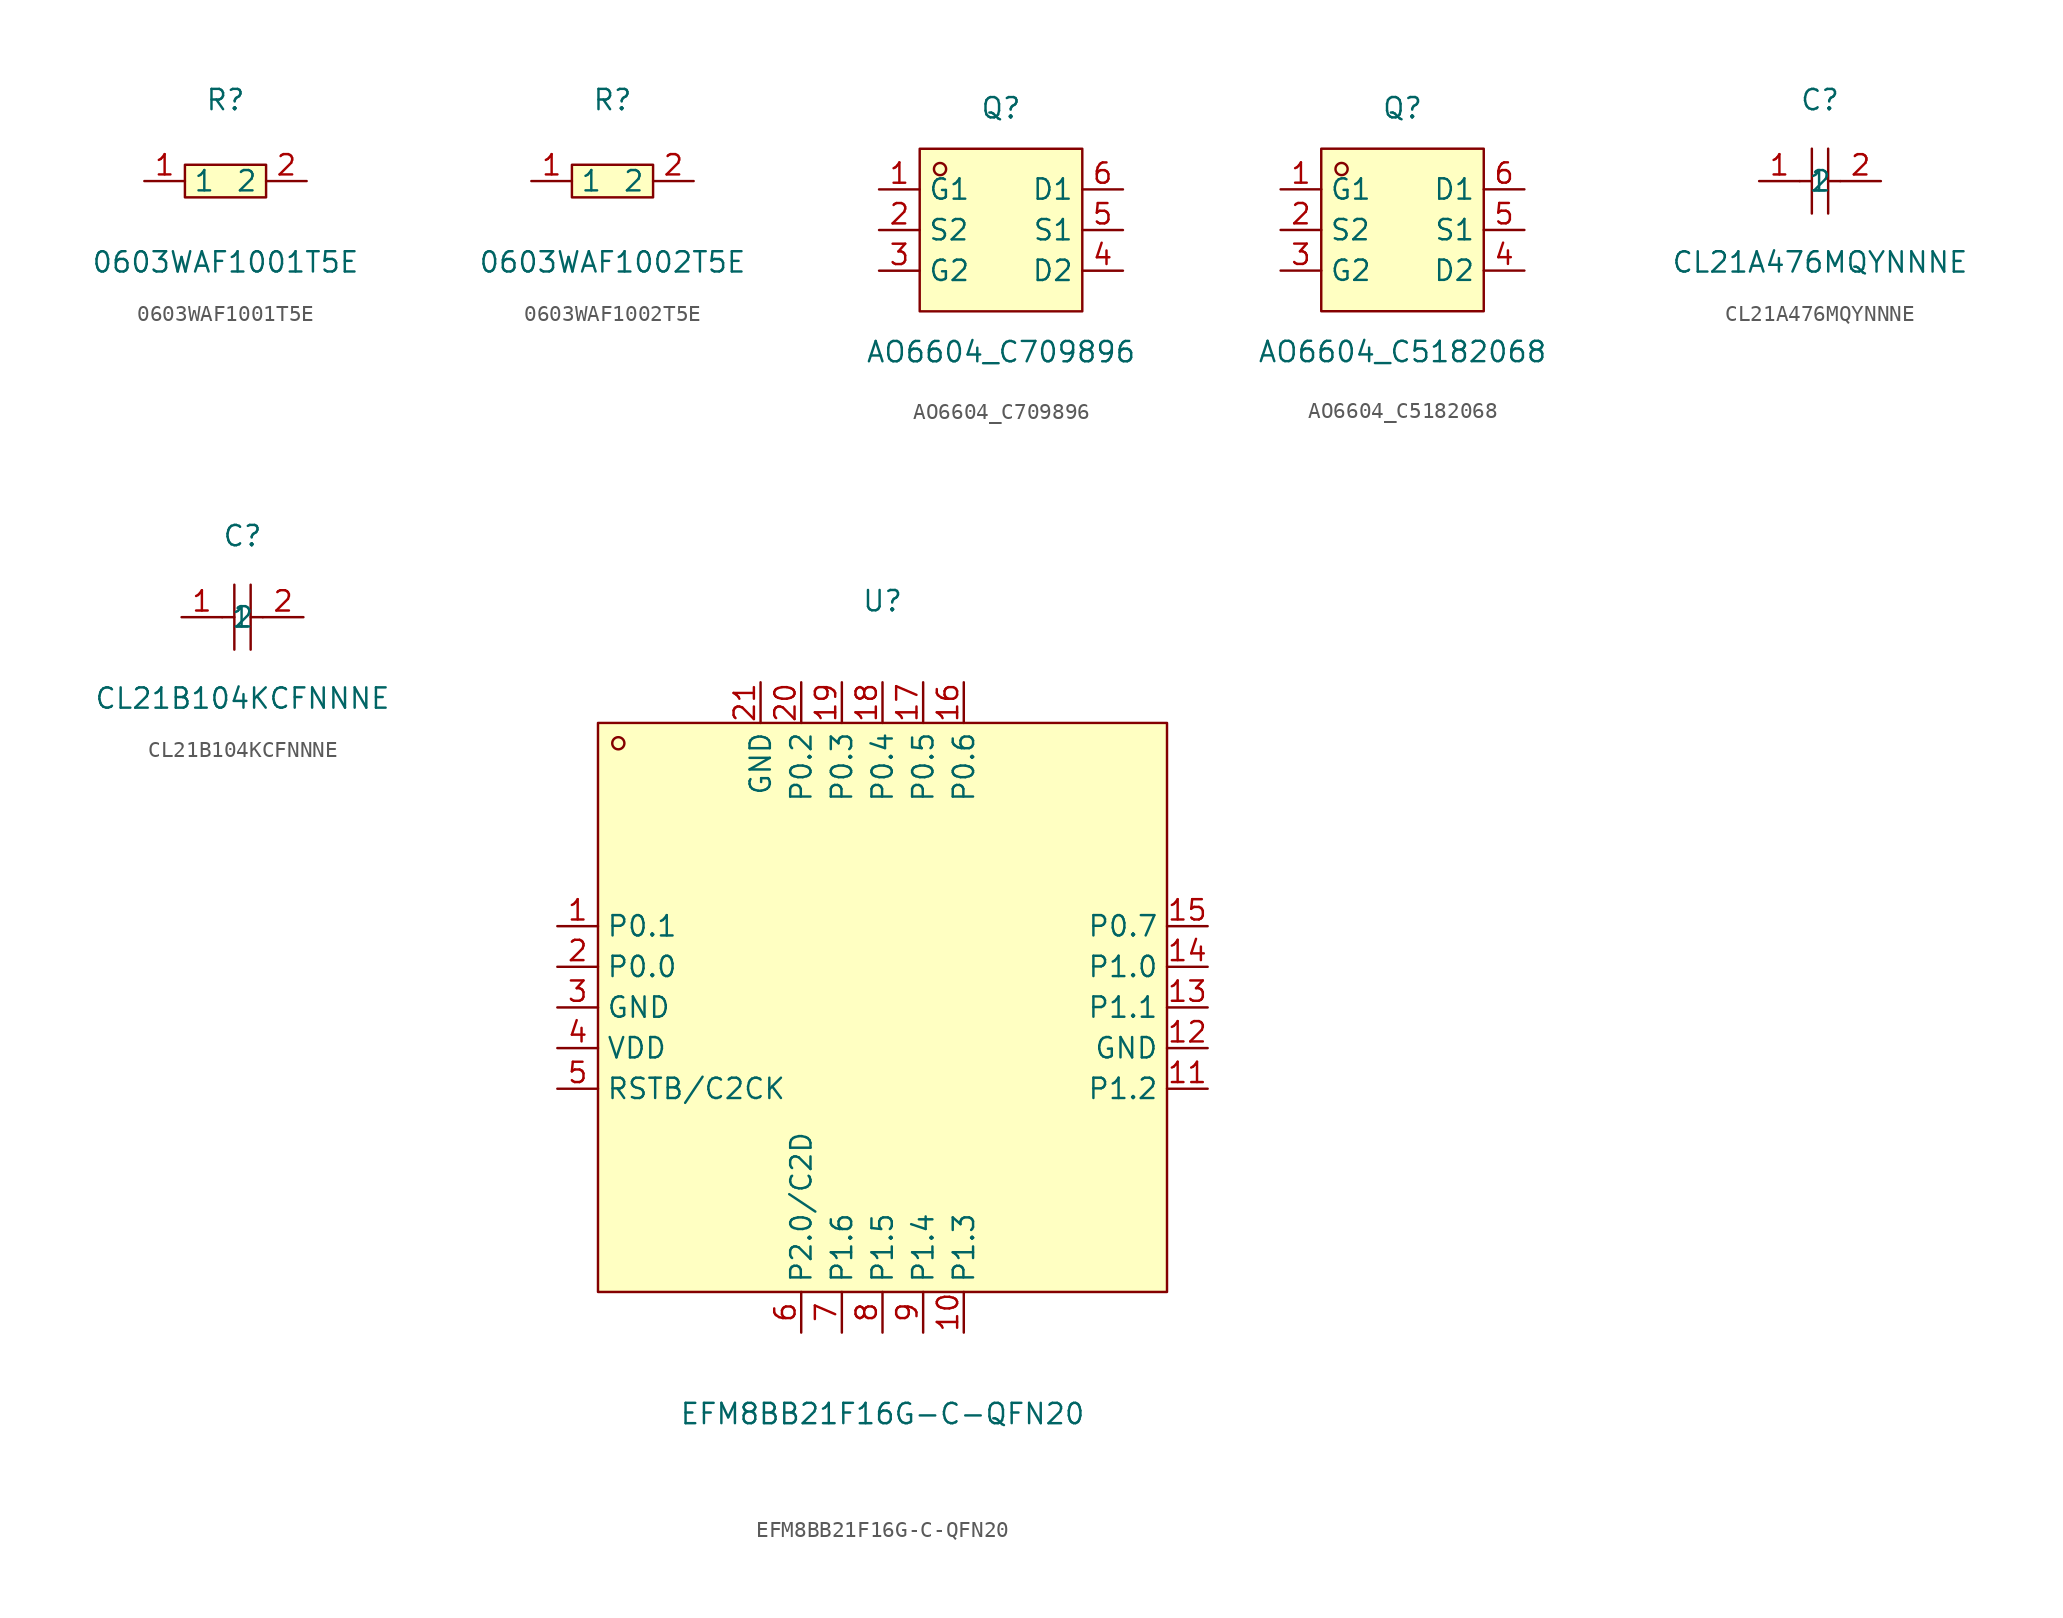
<source format=kicad_sym>
(kicad_symbol_lib
  (version 20211014)
  (generator https://github.com/uPesy/easyeda2kicad.py)
  (symbol "0603WAF1001T5E"
    (property "Reference" "R"
      (at 0 5.08 0)
      (effects (font (size 1.27 1.27))))
    (property "Value" "0603WAF1001T5E"
      (at 0 -5.08 0)
      (effects (font (size 1.27 1.27))))
    (symbol "0603WAF1001T5E_0_1"
      (rectangle (start -2.54 1.02) (end 2.54 -1.02) (stroke (width 0) (type default) (color 0 0 0 0)) (fill (type background)))
      (pin input line (at 5.08 -0.00 180) (length 2.54) (name "2" (effects (font (size 1.27 1.27)))) (number "2" (effects (font (size 1.27 1.27)))))
      (pin input line (at -5.08 -0.00 0) (length 2.54) (name "1" (effects (font (size 1.27 1.27)))) (number "1" (effects (font (size 1.27 1.27)))))))
  (symbol "0603WAF1002T5E"
    (property "Reference" "R"
      (at 0 5.08 0)
      (effects (font (size 1.27 1.27))))
    (property "Value" "0603WAF1002T5E"
      (at 0 -5.08 0)
      (effects (font (size 1.27 1.27))))
    (symbol "0603WAF1002T5E_0_1"
      (rectangle (start -2.54 1.02) (end 2.54 -1.02) (stroke (width 0) (type default) (color 0 0 0 0)) (fill (type background)))
      (pin input line (at 5.08 -0.00 180) (length 2.54) (name "2" (effects (font (size 1.27 1.27)))) (number "2" (effects (font (size 1.27 1.27)))))
      (pin input line (at -5.08 -0.00 0) (length 2.54) (name "1" (effects (font (size 1.27 1.27)))) (number "1" (effects (font (size 1.27 1.27)))))))
  (symbol "AO6604_C709896"
    (property "Reference" "Q"
      (at 0 7.62 0)
      (effects (font (size 1.27 1.27))))
    (property "Value" "AO6604_C709896"
      (at 0 -7.62 0)
      (effects (font (size 1.27 1.27))))
    (symbol "AO6604_C709896_0_1"
      (rectangle (start -5.08 5.08) (end 5.08 -5.08) (stroke (width 0) (type default) (color 0 0 0 0)) (fill (type background)))
      (circle (center -3.81 3.81) (radius 0.38) (stroke (width 0) (type default) (color 0 0 0 0)) (fill (type none)))
      (pin unspecified line (at -7.62 2.54 0) (length 2.54) (name "G1" (effects (font (size 1.27 1.27)))) (number "1" (effects (font (size 1.27 1.27)))))
      (pin unspecified line (at -7.62 -0.00 0) (length 2.54) (name "S2" (effects (font (size 1.27 1.27)))) (number "2" (effects (font (size 1.27 1.27)))))
      (pin unspecified line (at -7.62 -2.54 0) (length 2.54) (name "G2" (effects (font (size 1.27 1.27)))) (number "3" (effects (font (size 1.27 1.27)))))
      (pin unspecified line (at 7.62 -2.54 180) (length 2.54) (name "D2" (effects (font (size 1.27 1.27)))) (number "4" (effects (font (size 1.27 1.27)))))
      (pin unspecified line (at 7.62 -0.00 180) (length 2.54) (name "S1" (effects (font (size 1.27 1.27)))) (number "5" (effects (font (size 1.27 1.27)))))
      (pin unspecified line (at 7.62 2.54 180) (length 2.54) (name "D1" (effects (font (size 1.27 1.27)))) (number "6" (effects (font (size 1.27 1.27)))))))
  (symbol "AO6604_C5182068"
    (property "Reference" "Q"
      (at 0 7.62 0)
      (effects (font (size 1.27 1.27))))
    (property "Value" "AO6604_C5182068"
      (at 0 -7.62 0)
      (effects (font (size 1.27 1.27))))
    (symbol "AO6604_C5182068_0_1"
      (rectangle (start -5.08 5.08) (end 5.08 -5.08) (stroke (width 0) (type default) (color 0 0 0 0)) (fill (type background)))
      (circle (center -3.81 3.81) (radius 0.38) (stroke (width 0) (type default) (color 0 0 0 0)) (fill (type none)))
      (pin unspecified line (at -7.62 2.54 0) (length 2.54) (name "G1" (effects (font (size 1.27 1.27)))) (number "1" (effects (font (size 1.27 1.27)))))
      (pin unspecified line (at -7.62 -0.00 0) (length 2.54) (name "S2" (effects (font (size 1.27 1.27)))) (number "2" (effects (font (size 1.27 1.27)))))
      (pin unspecified line (at -7.62 -2.54 0) (length 2.54) (name "G2" (effects (font (size 1.27 1.27)))) (number "3" (effects (font (size 1.27 1.27)))))
      (pin unspecified line (at 7.62 -2.54 180) (length 2.54) (name "D2" (effects (font (size 1.27 1.27)))) (number "4" (effects (font (size 1.27 1.27)))))
      (pin unspecified line (at 7.62 -0.00 180) (length 2.54) (name "S1" (effects (font (size 1.27 1.27)))) (number "5" (effects (font (size 1.27 1.27)))))
      (pin unspecified line (at 7.62 2.54 180) (length 2.54) (name "D1" (effects (font (size 1.27 1.27)))) (number "6" (effects (font (size 1.27 1.27)))))))
  (symbol "CL21A476MQYNNNE"
    (property "Reference" "C"
      (at 0 5.08 0)
      (effects (font (size 1.27 1.27))))
    (property "Value" "CL21A476MQYNNNE"
      (at 0 -5.08 0)
      (effects (font (size 1.27 1.27))))
    (symbol "CL21A476MQYNNNE_0_1"
      (polyline (pts (xy -0.51 2.03) (xy -0.51 -2.03)) (stroke (width 0) (type default) (color 0 0 0 0)) (fill (type none)))
      (polyline (pts (xy 0.51 2.03) (xy 0.51 -2.03)) (stroke (width 0) (type default) (color 0 0 0 0)) (fill (type none)))
      (polyline (pts (xy -1.27 -0.00) (xy -0.51 -0.00)) (stroke (width 0) (type default) (color 0 0 0 0)) (fill (type none)))
      (polyline (pts (xy 0.51 -0.00) (xy 1.27 -0.00)) (stroke (width 0) (type default) (color 0 0 0 0)) (fill (type none)))
      (pin input line (at -3.81 -0.00 0) (length 2.54) (name "1" (effects (font (size 1.27 1.27)))) (number "1" (effects (font (size 1.27 1.27)))))
      (pin input line (at 3.81 -0.00 180) (length 2.54) (name "2" (effects (font (size 1.27 1.27)))) (number "2" (effects (font (size 1.27 1.27)))))))
  (symbol "CL21B104KCFNNNE"
    (property "Reference" "C"
      (at 0 5.08 0)
      (effects (font (size 1.27 1.27))))
    (property "Value" "CL21B104KCFNNNE"
      (at 0 -5.08 0)
      (effects (font (size 1.27 1.27))))
    (symbol "CL21B104KCFNNNE_0_1"
      (polyline (pts (xy -0.51 2.03) (xy -0.51 -2.03)) (stroke (width 0) (type default) (color 0 0 0 0)) (fill (type none)))
      (polyline (pts (xy 0.51 2.03) (xy 0.51 -2.03)) (stroke (width 0) (type default) (color 0 0 0 0)) (fill (type none)))
      (polyline (pts (xy -1.27 -0.00) (xy -0.51 -0.00)) (stroke (width 0) (type default) (color 0 0 0 0)) (fill (type none)))
      (polyline (pts (xy 0.51 -0.00) (xy 1.27 -0.00)) (stroke (width 0) (type default) (color 0 0 0 0)) (fill (type none)))
      (pin input line (at -3.81 -0.00 0) (length 2.54) (name "1" (effects (font (size 1.27 1.27)))) (number "1" (effects (font (size 1.27 1.27)))))
      (pin input line (at 3.81 -0.00 180) (length 2.54) (name "2" (effects (font (size 1.27 1.27)))) (number "2" (effects (font (size 1.27 1.27)))))))
  (symbol "EFM8BB21F16G-C-QFN20"
    (property "Reference" "U"
      (at 0 25.40 0)
      (effects (font (size 1.27 1.27))))
    (property "Value" "EFM8BB21F16G-C-QFN20"
      (at 0 -25.40 0)
      (effects (font (size 1.27 1.27))))
    (symbol "EFM8BB21F16G-C-QFN20_0_1"
      (rectangle (start -17.78 17.78) (end 17.78 -17.78) (stroke (width 0) (type default) (color 0 0 0 0)) (fill (type background)))
      (circle (center -16.51 16.51) (radius 0.38) (stroke (width 0) (type default) (color 0 0 0 0)) (fill (type none)))
      (pin unspecified line (at -20.32 5.08 0) (length 2.54) (name "P0.1" (effects (font (size 1.27 1.27)))) (number "1" (effects (font (size 1.27 1.27)))))
      (pin unspecified line (at -20.32 2.54 0) (length 2.54) (name "P0.0" (effects (font (size 1.27 1.27)))) (number "2" (effects (font (size 1.27 1.27)))))
      (pin unspecified line (at -20.32 -0.00 0) (length 2.54) (name "GND" (effects (font (size 1.27 1.27)))) (number "3" (effects (font (size 1.27 1.27)))))
      (pin unspecified line (at -20.32 -2.54 0) (length 2.54) (name "VDD" (effects (font (size 1.27 1.27)))) (number "4" (effects (font (size 1.27 1.27)))))
      (pin unspecified line (at -20.32 -5.08 0) (length 2.54) (name "RSTB/C2CK" (effects (font (size 1.27 1.27)))) (number "5" (effects (font (size 1.27 1.27)))))
      (pin unspecified line (at -5.08 -20.32 90) (length 2.54) (name "P2.0/C2D" (effects (font (size 1.27 1.27)))) (number "6" (effects (font (size 1.27 1.27)))))
      (pin unspecified line (at -2.54 -20.32 90) (length 2.54) (name "P1.6" (effects (font (size 1.27 1.27)))) (number "7" (effects (font (size 1.27 1.27)))))
      (pin unspecified line (at 0.00 -20.32 90) (length 2.54) (name "P1.5" (effects (font (size 1.27 1.27)))) (number "8" (effects (font (size 1.27 1.27)))))
      (pin unspecified line (at 2.54 -20.32 90) (length 2.54) (name "P1.4" (effects (font (size 1.27 1.27)))) (number "9" (effects (font (size 1.27 1.27)))))
      (pin unspecified line (at 5.08 -20.32 90) (length 2.54) (name "P1.3" (effects (font (size 1.27 1.27)))) (number "10" (effects (font (size 1.27 1.27)))))
      (pin unspecified line (at 20.32 -5.08 180) (length 2.54) (name "P1.2" (effects (font (size 1.27 1.27)))) (number "11" (effects (font (size 1.27 1.27)))))
      (pin unspecified line (at 20.32 -2.54 180) (length 2.54) (name "GND" (effects (font (size 1.27 1.27)))) (number "12" (effects (font (size 1.27 1.27)))))
      (pin unspecified line (at 20.32 -0.00 180) (length 2.54) (name "P1.1" (effects (font (size 1.27 1.27)))) (number "13" (effects (font (size 1.27 1.27)))))
      (pin unspecified line (at 20.32 2.54 180) (length 2.54) (name "P1.0" (effects (font (size 1.27 1.27)))) (number "14" (effects (font (size 1.27 1.27)))))
      (pin unspecified line (at 20.32 5.08 180) (length 2.54) (name "P0.7" (effects (font (size 1.27 1.27)))) (number "15" (effects (font (size 1.27 1.27)))))
      (pin unspecified line (at 5.08 20.32 270) (length 2.54) (name "P0.6" (effects (font (size 1.27 1.27)))) (number "16" (effects (font (size 1.27 1.27)))))
      (pin unspecified line (at 2.54 20.32 270) (length 2.54) (name "P0.5" (effects (font (size 1.27 1.27)))) (number "17" (effects (font (size 1.27 1.27)))))
      (pin unspecified line (at 0.00 20.32 270) (length 2.54) (name "P0.4" (effects (font (size 1.27 1.27)))) (number "18" (effects (font (size 1.27 1.27)))))
      (pin unspecified line (at -2.54 20.32 270) (length 2.54) (name "P0.3" (effects (font (size 1.27 1.27)))) (number "19" (effects (font (size 1.27 1.27)))))
      (pin unspecified line (at -5.08 20.32 270) (length 2.54) (name "P0.2" (effects (font (size 1.27 1.27)))) (number "20" (effects (font (size 1.27 1.27)))))
      (pin unspecified line (at -7.62 20.32 270) (length 2.54) (name "GND" (effects (font (size 1.27 1.27)))) (number "21" (effects (font (size 1.27 1.27))))))))
</source>
